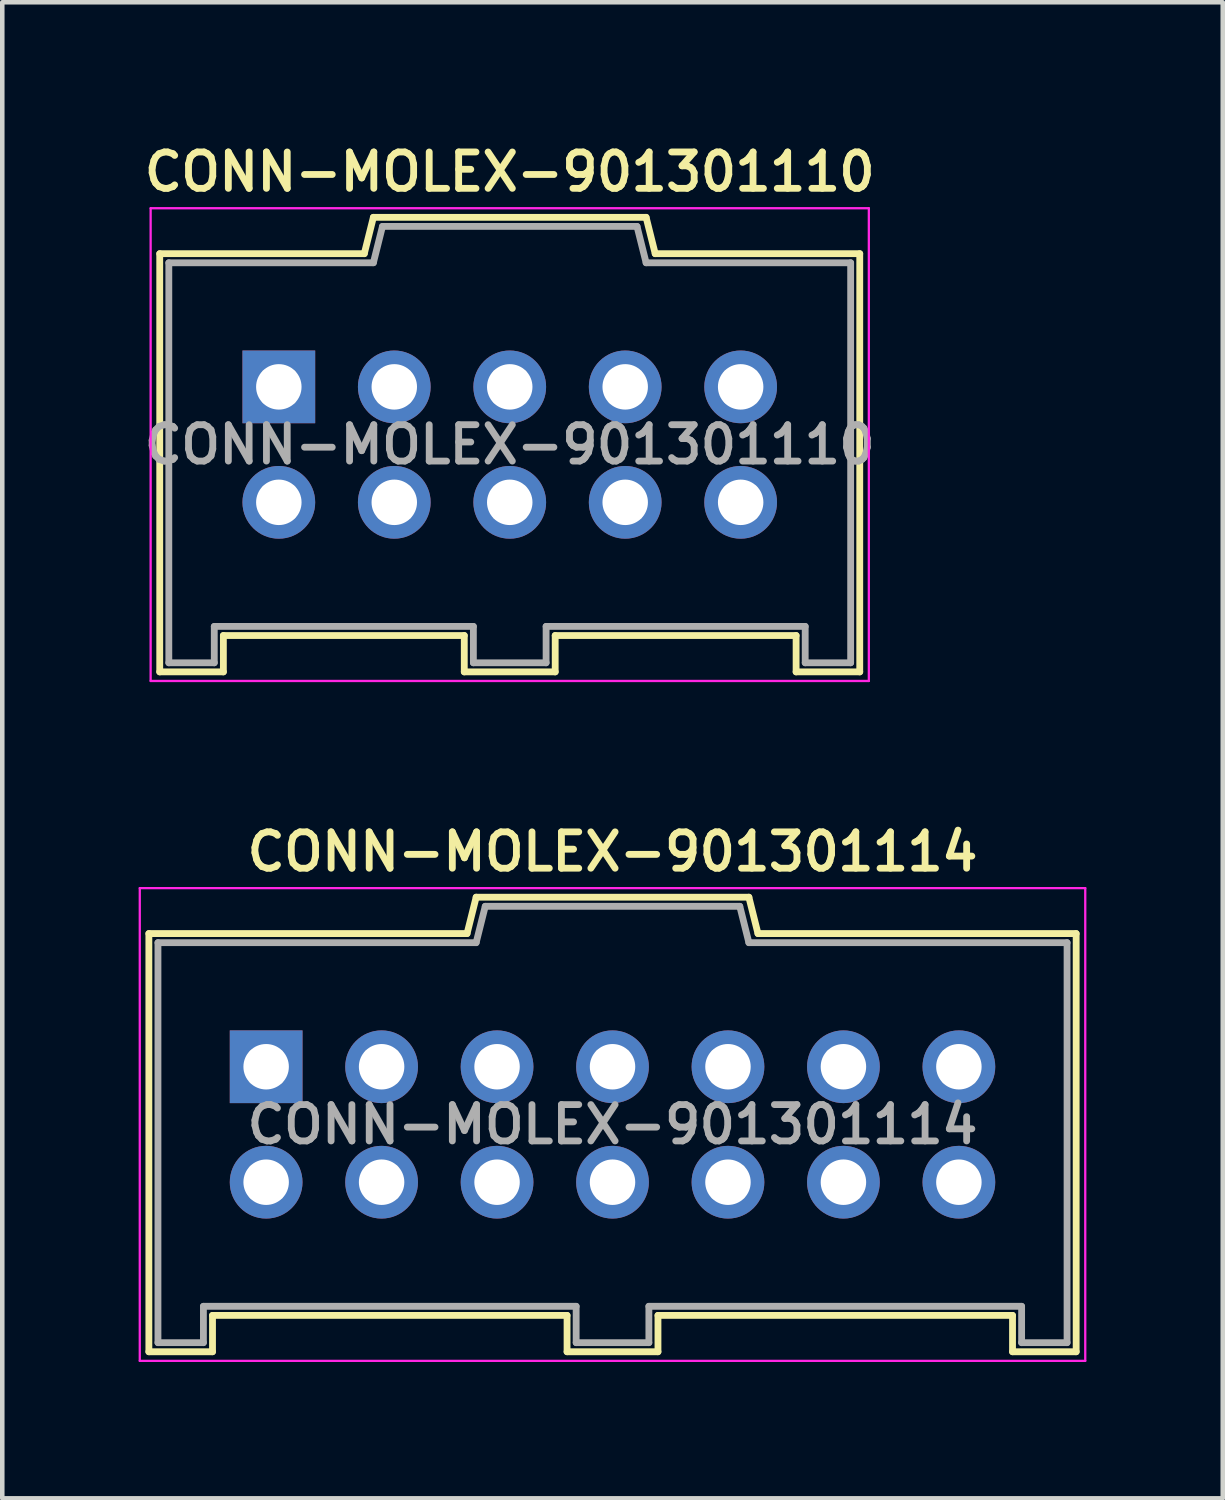
<source format=kicad_pcb>
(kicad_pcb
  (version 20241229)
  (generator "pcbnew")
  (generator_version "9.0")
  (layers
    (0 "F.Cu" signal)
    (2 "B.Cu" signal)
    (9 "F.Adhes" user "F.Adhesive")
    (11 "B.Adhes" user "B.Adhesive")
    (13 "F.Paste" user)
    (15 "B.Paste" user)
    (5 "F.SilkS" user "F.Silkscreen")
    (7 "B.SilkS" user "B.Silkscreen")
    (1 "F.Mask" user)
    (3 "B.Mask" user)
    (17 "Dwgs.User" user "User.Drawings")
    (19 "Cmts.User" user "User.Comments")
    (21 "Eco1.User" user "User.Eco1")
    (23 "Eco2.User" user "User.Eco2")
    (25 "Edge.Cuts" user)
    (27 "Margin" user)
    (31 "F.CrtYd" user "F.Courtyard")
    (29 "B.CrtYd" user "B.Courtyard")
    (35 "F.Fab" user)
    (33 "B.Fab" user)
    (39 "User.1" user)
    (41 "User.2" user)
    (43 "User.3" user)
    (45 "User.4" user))
  (footprint "CONN-MOLEX-901301110"
    (layer "F.Cu")
    (at 8.164 6.731)
    (property "Reference" "CONN-MOLEX-901301110" (at 0 -6 0) (layer "F.SilkS") (effects (font (size 0.8 0.8) (thickness 0.15))))
    (attr through_hole)
    (fp_line (start -7.7 -4.2) (end -7.7 5) (stroke (width 0.15) (type solid)) (layer "F.SilkS"))
    (fp_line (start -7.7 -4.2) (end -3.2 -4.2) (stroke (width 0.15) (type solid)) (layer "F.SilkS"))
    (fp_line (start -7.7 5) (end -6.3 5) (stroke (width 0.15) (type solid)) (layer "F.SilkS"))
    (fp_line (start -6.3 4.2) (end -1 4.2) (stroke (width 0.15) (type solid)) (layer "F.SilkS"))
    (fp_line (start -6.3 5) (end -6.3 4.2) (stroke (width 0.15) (type solid)) (layer "F.SilkS"))
    (fp_line (start -3 -5) (end -3.2 -4.2) (stroke (width 0.15) (type solid)) (layer "F.SilkS"))
    (fp_line (start -3 -5) (end 3 -5) (stroke (width 0.15) (type solid)) (layer "F.SilkS"))
    (fp_line (start -1 4.2) (end -1 5) (stroke (width 0.15) (type solid)) (layer "F.SilkS"))
    (fp_line (start -1 5) (end 1 5) (stroke (width 0.15) (type solid)) (layer "F.SilkS"))
    (fp_line (start 1 4.2) (end 6.3 4.2) (stroke (width 0.15) (type solid)) (layer "F.SilkS"))
    (fp_line (start 1 5) (end 1 4.2) (stroke (width 0.15) (type solid)) (layer "F.SilkS"))
    (fp_line (start 3.2 -4.2) (end 3 -5) (stroke (width 0.15) (type solid)) (layer "F.SilkS"))
    (fp_line (start 6.3 4.2) (end 6.3 5) (stroke (width 0.15) (type solid)) (layer "F.SilkS"))
    (fp_line (start 6.3 5) (end 7.7 5) (stroke (width 0.15) (type solid)) (layer "F.SilkS"))
    (fp_line (start 7.7 -4.2) (end 3.2 -4.2) (stroke (width 0.15) (type solid)) (layer "F.SilkS"))
    (fp_line (start 7.7 5) (end 7.7 -4.2) (stroke (width 0.15) (type solid)) (layer "F.SilkS"))
    (fp_line (start -7.9 -5.2) (end 7.9 -5.2) (stroke (width 0.05) (type solid)) (layer "F.CrtYd"))
    (fp_line (start -7.9 5.2) (end -7.9 -5.2) (stroke (width 0.05) (type solid)) (layer "F.CrtYd"))
    (fp_line (start 7.9 -5.2) (end 7.9 5.2) (stroke (width 0.05) (type solid)) (layer "F.CrtYd"))
    (fp_line (start 7.9 5.2) (end -7.9 5.2) (stroke (width 0.05) (type solid)) (layer "F.CrtYd"))
    (fp_line (start -7.5 -4) (end -3 -4) (stroke (width 0.15) (type solid)) (layer "F.Fab"))
    (fp_line (start -7.5 4.8) (end -7.5 -4) (stroke (width 0.15) (type solid)) (layer "F.Fab"))
    (fp_line (start -6.5 4) (end -6.5 4.8) (stroke (width 0.15) (type solid)) (layer "F.Fab"))
    (fp_line (start -6.5 4.8) (end -7.5 4.8) (stroke (width 0.15) (type solid)) (layer "F.Fab"))
    (fp_line (start -5.38 -1.57) (end -4.78 -1.57) (stroke (width 0.15) (type solid)) (layer "F.Fab"))
    (fp_line (start -5.38 -0.97) (end -5.38 -1.57) (stroke (width 0.15) (type solid)) (layer "F.Fab"))
    (fp_line (start -5.38 0.97) (end -4.78 0.97) (stroke (width 0.15) (type solid)) (layer "F.Fab"))
    (fp_line (start -5.38 1.57) (end -5.38 0.97) (stroke (width 0.15) (type solid)) (layer "F.Fab"))
    (fp_line (start -4.78 -1.57) (end -4.78 -0.97) (stroke (width 0.15) (type solid)) (layer "F.Fab"))
    (fp_line (start -4.78 -0.97) (end -5.38 -0.97) (stroke (width 0.15) (type solid)) (layer "F.Fab"))
    (fp_line (start -4.78 0.97) (end -4.78 1.57) (stroke (width 0.15) (type solid)) (layer "F.Fab"))
    (fp_line (start -4.78 1.57) (end -5.38 1.57) (stroke (width 0.15) (type solid)) (layer "F.Fab"))
    (fp_line (start -3 -4) (end -2.8 -4.8) (stroke (width 0.15) (type solid)) (layer "F.Fab"))
    (fp_line (start -2.84 -1.57) (end -2.24 -1.57) (stroke (width 0.15) (type solid)) (layer "F.Fab"))
    (fp_line (start -2.84 -0.97) (end -2.84 -1.57) (stroke (width 0.15) (type solid)) (layer "F.Fab"))
    (fp_line (start -2.84 0.97) (end -2.24 0.97) (stroke (width 0.15) (type solid)) (layer "F.Fab"))
    (fp_line (start -2.84 1.57) (end -2.84 0.97) (stroke (width 0.15) (type solid)) (layer "F.Fab"))
    (fp_line (start -2.8 -4.8) (end 2.8 -4.8) (stroke (width 0.15) (type solid)) (layer "F.Fab"))
    (fp_line (start -2.24 -1.57) (end -2.24 -0.97) (stroke (width 0.15) (type solid)) (layer "F.Fab"))
    (fp_line (start -2.24 -0.97) (end -2.84 -0.97) (stroke (width 0.15) (type solid)) (layer "F.Fab"))
    (fp_line (start -2.24 0.97) (end -2.24 1.57) (stroke (width 0.15) (type solid)) (layer "F.Fab"))
    (fp_line (start -2.24 1.57) (end -2.84 1.57) (stroke (width 0.15) (type solid)) (layer "F.Fab"))
    (fp_line (start -0.8 4) (end -6.5 4) (stroke (width 0.15) (type solid)) (layer "F.Fab"))
    (fp_line (start -0.8 4.8) (end -0.8 4) (stroke (width 0.15) (type solid)) (layer "F.Fab"))
    (fp_line (start -0.3 -1.57) (end 0.3 -1.57) (stroke (width 0.15) (type solid)) (layer "F.Fab"))
    (fp_line (start -0.3 -0.97) (end -0.3 -1.57) (stroke (width 0.15) (type solid)) (layer "F.Fab"))
    (fp_line (start -0.3 0.97) (end 0.3 0.97) (stroke (width 0.15) (type solid)) (layer "F.Fab"))
    (fp_line (start -0.3 1.57) (end -0.3 0.97) (stroke (width 0.15) (type solid)) (layer "F.Fab"))
    (fp_line (start 0.3 -1.57) (end 0.3 -0.97) (stroke (width 0.15) (type solid)) (layer "F.Fab"))
    (fp_line (start 0.3 -0.97) (end -0.3 -0.97) (stroke (width 0.15) (type solid)) (layer "F.Fab"))
    (fp_line (start 0.3 0.97) (end 0.3 1.57) (stroke (width 0.15) (type solid)) (layer "F.Fab"))
    (fp_line (start 0.3 1.57) (end -0.3 1.57) (stroke (width 0.15) (type solid)) (layer "F.Fab"))
    (fp_line (start 0.8 4) (end 0.8 4.8) (stroke (width 0.15) (type solid)) (layer "F.Fab"))
    (fp_line (start 0.8 4.8) (end -0.8 4.8) (stroke (width 0.15) (type solid)) (layer "F.Fab"))
    (fp_line (start 2.24 -1.57) (end 2.84 -1.57) (stroke (width 0.15) (type solid)) (layer "F.Fab"))
    (fp_line (start 2.24 -0.97) (end 2.24 -1.57) (stroke (width 0.15) (type solid)) (layer "F.Fab"))
    (fp_line (start 2.24 0.97) (end 2.84 0.97) (stroke (width 0.15) (type solid)) (layer "F.Fab"))
    (fp_line (start 2.24 1.57) (end 2.24 0.97) (stroke (width 0.15) (type solid)) (layer "F.Fab"))
    (fp_line (start 2.8 -4.8) (end 3 -4) (stroke (width 0.15) (type solid)) (layer "F.Fab"))
    (fp_line (start 2.84 -1.57) (end 2.84 -0.97) (stroke (width 0.15) (type solid)) (layer "F.Fab"))
    (fp_line (start 2.84 -0.97) (end 2.24 -0.97) (stroke (width 0.15) (type solid)) (layer "F.Fab"))
    (fp_line (start 2.84 0.97) (end 2.84 1.57) (stroke (width 0.15) (type solid)) (layer "F.Fab"))
    (fp_line (start 2.84 1.57) (end 2.24 1.57) (stroke (width 0.15) (type solid)) (layer "F.Fab"))
    (fp_line (start 3 -4) (end 7.5 -4) (stroke (width 0.15) (type solid)) (layer "F.Fab"))
    (fp_line (start 4.78 -1.57) (end 5.38 -1.57) (stroke (width 0.15) (type solid)) (layer "F.Fab"))
    (fp_line (start 4.78 -0.97) (end 4.78 -1.57) (stroke (width 0.15) (type solid)) (layer "F.Fab"))
    (fp_line (start 4.78 0.97) (end 5.38 0.97) (stroke (width 0.15) (type solid)) (layer "F.Fab"))
    (fp_line (start 4.78 1.57) (end 4.78 0.97) (stroke (width 0.15) (type solid)) (layer "F.Fab"))
    (fp_line (start 5.38 -1.57) (end 5.38 -0.97) (stroke (width 0.15) (type solid)) (layer "F.Fab"))
    (fp_line (start 5.38 -0.97) (end 4.78 -0.97) (stroke (width 0.15) (type solid)) (layer "F.Fab"))
    (fp_line (start 5.38 0.97) (end 5.38 1.57) (stroke (width 0.15) (type solid)) (layer "F.Fab"))
    (fp_line (start 5.38 1.57) (end 4.78 1.57) (stroke (width 0.15) (type solid)) (layer "F.Fab"))
    (fp_line (start 6.5 4) (end 0.8 4) (stroke (width 0.15) (type solid)) (layer "F.Fab"))
    (fp_line (start 6.5 4.8) (end 6.5 4) (stroke (width 0.15) (type solid)) (layer "F.Fab"))
    (fp_line (start 7.5 -4) (end 7.5 4.8) (stroke (width 0.15) (type solid)) (layer "F.Fab"))
    (fp_line (start 7.5 4.8) (end 6.5 4.8) (stroke (width 0.15) (type solid)) (layer "F.Fab"))
    (fp_text user "${REFERENCE}" (at 0 0 0) (layer "F.Fab") (effects (font (size 0.8 0.8) (thickness 0.15))))
    (pad "1" thru_hole rect (at -5.08 -1.27) (size 1.6 1.6) (drill 1) (layers "*.Cu" "*.Mask"))
    (pad "2" thru_hole circle (at -5.08 1.27) (size 1.6 1.6) (drill 1) (layers "*.Cu" "*.Mask"))
    (pad "3" thru_hole circle (at -2.54 -1.27) (size 1.6 1.6) (drill 1) (layers "*.Cu" "*.Mask"))
    (pad "4" thru_hole circle (at -2.54 1.27) (size 1.6 1.6) (drill 1) (layers "*.Cu" "*.Mask"))
    (pad "5" thru_hole circle (at 0 -1.27) (size 1.6 1.6) (drill 1) (layers "*.Cu" "*.Mask"))
    (pad "6" thru_hole circle (at 0 1.27) (size 1.6 1.6) (drill 1) (layers "*.Cu" "*.Mask"))
    (pad "7" thru_hole circle (at 2.54 -1.27) (size 1.6 1.6) (drill 1) (layers "*.Cu" "*.Mask"))
    (pad "8" thru_hole circle (at 2.54 1.27) (size 1.6 1.6) (drill 1) (layers "*.Cu" "*.Mask"))
    (pad "9" thru_hole circle (at 5.08 -1.27) (size 1.6 1.6) (drill 1) (layers "*.Cu" "*.Mask"))
    (pad "10" thru_hole circle (at 5.08 1.27) (size 1.6 1.6) (drill 1) (layers "*.Cu" "*.Mask")))
  (footprint "CONN-MOLEX-901301114"
    (layer "F.Cu")
    (at 10.425 21.688)
    (property "Reference" "CONN-MOLEX-901301114" (at 0 -6 0) (layer "F.SilkS") (effects (font (size 0.8 0.8) (thickness 0.15))))
    (attr through_hole)
    (fp_line (start -10.2 -4.2) (end -10.2 5) (stroke (width 0.15) (type solid)) (layer "F.SilkS"))
    (fp_line (start -10.2 -4.2) (end -3.2 -4.2) (stroke (width 0.15) (type solid)) (layer "F.SilkS"))
    (fp_line (start -10.2 5) (end -8.8 5) (stroke (width 0.15) (type solid)) (layer "F.SilkS"))
    (fp_line (start -8.8 4.2) (end -1 4.2) (stroke (width 0.15) (type solid)) (layer "F.SilkS"))
    (fp_line (start -8.8 5) (end -8.8 4.2) (stroke (width 0.15) (type solid)) (layer "F.SilkS"))
    (fp_line (start -3 -5) (end -3.2 -4.2) (stroke (width 0.15) (type solid)) (layer "F.SilkS"))
    (fp_line (start -3 -5) (end 3 -5) (stroke (width 0.15) (type solid)) (layer "F.SilkS"))
    (fp_line (start -1 4.2) (end -1 5) (stroke (width 0.15) (type solid)) (layer "F.SilkS"))
    (fp_line (start -1 5) (end 1 5) (stroke (width 0.15) (type solid)) (layer "F.SilkS"))
    (fp_line (start 1 4.2) (end 8.8 4.2) (stroke (width 0.15) (type solid)) (layer "F.SilkS"))
    (fp_line (start 1 5) (end 1 4.2) (stroke (width 0.15) (type solid)) (layer "F.SilkS"))
    (fp_line (start 3.2 -4.2) (end 3 -5) (stroke (width 0.15) (type solid)) (layer "F.SilkS"))
    (fp_line (start 8.8 4.2) (end 8.8 5) (stroke (width 0.15) (type solid)) (layer "F.SilkS"))
    (fp_line (start 8.8 5) (end 10.2 5) (stroke (width 0.15) (type solid)) (layer "F.SilkS"))
    (fp_line (start 10.2 -4.2) (end 3.2 -4.2) (stroke (width 0.15) (type solid)) (layer "F.SilkS"))
    (fp_line (start 10.2 5) (end 10.2 -4.2) (stroke (width 0.15) (type solid)) (layer "F.SilkS"))
    (fp_line (start -10.4 -5.2) (end 10.4 -5.2) (stroke (width 0.05) (type solid)) (layer "F.CrtYd"))
    (fp_line (start -10.4 5.2) (end -10.4 -5.2) (stroke (width 0.05) (type solid)) (layer "F.CrtYd"))
    (fp_line (start 10.4 -5.2) (end 10.4 5.2) (stroke (width 0.05) (type solid)) (layer "F.CrtYd"))
    (fp_line (start 10.4 5.2) (end -10.4 5.2) (stroke (width 0.05) (type solid)) (layer "F.CrtYd"))
    (fp_line (start -10 -4) (end -3 -4) (stroke (width 0.15) (type solid)) (layer "F.Fab"))
    (fp_line (start -10 4.8) (end -10 -4) (stroke (width 0.15) (type solid)) (layer "F.Fab"))
    (fp_line (start -9 4) (end -9 4.8) (stroke (width 0.15) (type solid)) (layer "F.Fab"))
    (fp_line (start -9 4.8) (end -10 4.8) (stroke (width 0.15) (type solid)) (layer "F.Fab"))
    (fp_line (start -7.92 -1.57) (end -7.32 -1.57) (stroke (width 0.15) (type solid)) (layer "F.Fab"))
    (fp_line (start -7.92 -0.97) (end -7.92 -1.57) (stroke (width 0.15) (type solid)) (layer "F.Fab"))
    (fp_line (start -7.92 0.97) (end -7.32 0.97) (stroke (width 0.15) (type solid)) (layer "F.Fab"))
    (fp_line (start -7.92 1.57) (end -7.92 0.97) (stroke (width 0.15) (type solid)) (layer "F.Fab"))
    (fp_line (start -7.32 -1.57) (end -7.32 -0.97) (stroke (width 0.15) (type solid)) (layer "F.Fab"))
    (fp_line (start -7.32 -0.97) (end -7.92 -0.97) (stroke (width 0.15) (type solid)) (layer "F.Fab"))
    (fp_line (start -7.32 0.97) (end -7.32 1.57) (stroke (width 0.15) (type solid)) (layer "F.Fab"))
    (fp_line (start -7.32 1.57) (end -7.92 1.57) (stroke (width 0.15) (type solid)) (layer "F.Fab"))
    (fp_line (start -5.38 -1.57) (end -4.78 -1.57) (stroke (width 0.15) (type solid)) (layer "F.Fab"))
    (fp_line (start -5.38 -0.97) (end -5.38 -1.57) (stroke (width 0.15) (type solid)) (layer "F.Fab"))
    (fp_line (start -5.38 0.97) (end -4.78 0.97) (stroke (width 0.15) (type solid)) (layer "F.Fab"))
    (fp_line (start -5.38 1.57) (end -5.38 0.97) (stroke (width 0.15) (type solid)) (layer "F.Fab"))
    (fp_line (start -4.78 -1.57) (end -4.78 -0.97) (stroke (width 0.15) (type solid)) (layer "F.Fab"))
    (fp_line (start -4.78 -0.97) (end -5.38 -0.97) (stroke (width 0.15) (type solid)) (layer "F.Fab"))
    (fp_line (start -4.78 0.97) (end -4.78 1.57) (stroke (width 0.15) (type solid)) (layer "F.Fab"))
    (fp_line (start -4.78 1.57) (end -5.38 1.57) (stroke (width 0.15) (type solid)) (layer "F.Fab"))
    (fp_line (start -3 -4) (end -2.8 -4.8) (stroke (width 0.15) (type solid)) (layer "F.Fab"))
    (fp_line (start -2.84 -1.57) (end -2.24 -1.57) (stroke (width 0.15) (type solid)) (layer "F.Fab"))
    (fp_line (start -2.84 -0.97) (end -2.84 -1.57) (stroke (width 0.15) (type solid)) (layer "F.Fab"))
    (fp_line (start -2.84 0.97) (end -2.24 0.97) (stroke (width 0.15) (type solid)) (layer "F.Fab"))
    (fp_line (start -2.84 1.57) (end -2.84 0.97) (stroke (width 0.15) (type solid)) (layer "F.Fab"))
    (fp_line (start -2.8 -4.8) (end 2.8 -4.8) (stroke (width 0.15) (type solid)) (layer "F.Fab"))
    (fp_line (start -2.24 -1.57) (end -2.24 -0.97) (stroke (width 0.15) (type solid)) (layer "F.Fab"))
    (fp_line (start -2.24 -0.97) (end -2.84 -0.97) (stroke (width 0.15) (type solid)) (layer "F.Fab"))
    (fp_line (start -2.24 0.97) (end -2.24 1.57) (stroke (width 0.15) (type solid)) (layer "F.Fab"))
    (fp_line (start -2.24 1.57) (end -2.84 1.57) (stroke (width 0.15) (type solid)) (layer "F.Fab"))
    (fp_line (start -0.8 4) (end -9 4) (stroke (width 0.15) (type solid)) (layer "F.Fab"))
    (fp_line (start -0.8 4.8) (end -0.8 4) (stroke (width 0.15) (type solid)) (layer "F.Fab"))
    (fp_line (start -0.3 -1.57) (end 0.3 -1.57) (stroke (width 0.15) (type solid)) (layer "F.Fab"))
    (fp_line (start -0.3 -0.97) (end -0.3 -1.57) (stroke (width 0.15) (type solid)) (layer "F.Fab"))
    (fp_line (start -0.3 0.97) (end 0.3 0.97) (stroke (width 0.15) (type solid)) (layer "F.Fab"))
    (fp_line (start -0.3 1.57) (end -0.3 0.97) (stroke (width 0.15) (type solid)) (layer "F.Fab"))
    (fp_line (start 0.3 -1.57) (end 0.3 -0.97) (stroke (width 0.15) (type solid)) (layer "F.Fab"))
    (fp_line (start 0.3 -0.97) (end -0.3 -0.97) (stroke (width 0.15) (type solid)) (layer "F.Fab"))
    (fp_line (start 0.3 0.97) (end 0.3 1.57) (stroke (width 0.15) (type solid)) (layer "F.Fab"))
    (fp_line (start 0.3 1.57) (end -0.3 1.57) (stroke (width 0.15) (type solid)) (layer "F.Fab"))
    (fp_line (start 0.8 4) (end 0.8 4.8) (stroke (width 0.15) (type solid)) (layer "F.Fab"))
    (fp_line (start 0.8 4.8) (end -0.8 4.8) (stroke (width 0.15) (type solid)) (layer "F.Fab"))
    (fp_line (start 2.24 -1.57) (end 2.84 -1.57) (stroke (width 0.15) (type solid)) (layer "F.Fab"))
    (fp_line (start 2.24 -0.97) (end 2.24 -1.57) (stroke (width 0.15) (type solid)) (layer "F.Fab"))
    (fp_line (start 2.24 0.97) (end 2.84 0.97) (stroke (width 0.15) (type solid)) (layer "F.Fab"))
    (fp_line (start 2.24 1.57) (end 2.24 0.97) (stroke (width 0.15) (type solid)) (layer "F.Fab"))
    (fp_line (start 2.8 -4.8) (end 3 -4) (stroke (width 0.15) (type solid)) (layer "F.Fab"))
    (fp_line (start 2.84 -1.57) (end 2.84 -0.97) (stroke (width 0.15) (type solid)) (layer "F.Fab"))
    (fp_line (start 2.84 -0.97) (end 2.24 -0.97) (stroke (width 0.15) (type solid)) (layer "F.Fab"))
    (fp_line (start 2.84 0.97) (end 2.84 1.57) (stroke (width 0.15) (type solid)) (layer "F.Fab"))
    (fp_line (start 2.84 1.57) (end 2.24 1.57) (stroke (width 0.15) (type solid)) (layer "F.Fab"))
    (fp_line (start 3 -4) (end 10 -4) (stroke (width 0.15) (type solid)) (layer "F.Fab"))
    (fp_line (start 4.78 -1.57) (end 5.38 -1.57) (stroke (width 0.15) (type solid)) (layer "F.Fab"))
    (fp_line (start 4.78 -0.97) (end 4.78 -1.57) (stroke (width 0.15) (type solid)) (layer "F.Fab"))
    (fp_line (start 4.78 0.97) (end 5.38 0.97) (stroke (width 0.15) (type solid)) (layer "F.Fab"))
    (fp_line (start 4.78 1.57) (end 4.78 0.97) (stroke (width 0.15) (type solid)) (layer "F.Fab"))
    (fp_line (start 5.38 -1.57) (end 5.38 -0.97) (stroke (width 0.15) (type solid)) (layer "F.Fab"))
    (fp_line (start 5.38 -0.97) (end 4.78 -0.97) (stroke (width 0.15) (type solid)) (layer "F.Fab"))
    (fp_line (start 5.38 0.97) (end 5.38 1.57) (stroke (width 0.15) (type solid)) (layer "F.Fab"))
    (fp_line (start 5.38 1.57) (end 4.78 1.57) (stroke (width 0.15) (type solid)) (layer "F.Fab"))
    (fp_line (start 7.32 -1.57) (end 7.92 -1.57) (stroke (width 0.15) (type solid)) (layer "F.Fab"))
    (fp_line (start 7.32 -0.97) (end 7.32 -1.57) (stroke (width 0.15) (type solid)) (layer "F.Fab"))
    (fp_line (start 7.32 0.97) (end 7.92 0.97) (stroke (width 0.15) (type solid)) (layer "F.Fab"))
    (fp_line (start 7.32 1.57) (end 7.32 0.97) (stroke (width 0.15) (type solid)) (layer "F.Fab"))
    (fp_line (start 7.92 -1.57) (end 7.92 -0.97) (stroke (width 0.15) (type solid)) (layer "F.Fab"))
    (fp_line (start 7.92 -0.97) (end 7.32 -0.97) (stroke (width 0.15) (type solid)) (layer "F.Fab"))
    (fp_line (start 7.92 0.97) (end 7.92 1.57) (stroke (width 0.15) (type solid)) (layer "F.Fab"))
    (fp_line (start 7.92 1.57) (end 7.32 1.57) (stroke (width 0.15) (type solid)) (layer "F.Fab"))
    (fp_line (start 9 4) (end 0.8 4) (stroke (width 0.15) (type solid)) (layer "F.Fab"))
    (fp_line (start 9 4.8) (end 9 4) (stroke (width 0.15) (type solid)) (layer "F.Fab"))
    (fp_line (start 10 -4) (end 10 4.8) (stroke (width 0.15) (type solid)) (layer "F.Fab"))
    (fp_line (start 10 4.8) (end 9 4.8) (stroke (width 0.15) (type solid)) (layer "F.Fab"))
    (fp_text user "${REFERENCE}" (at 0 0 0) (layer "F.Fab") (effects (font (size 0.8 0.8) (thickness 0.15))))
    (pad "1" thru_hole rect (at -7.62 -1.27) (size 1.6 1.6) (drill 1) (layers "*.Cu" "*.Mask"))
    (pad "2" thru_hole circle (at -7.62 1.27) (size 1.6 1.6) (drill 1) (layers "*.Cu" "*.Mask"))
    (pad "3" thru_hole circle (at -5.08 -1.27) (size 1.6 1.6) (drill 1) (layers "*.Cu" "*.Mask"))
    (pad "4" thru_hole circle (at -5.08 1.27) (size 1.6 1.6) (drill 1) (layers "*.Cu" "*.Mask"))
    (pad "5" thru_hole circle (at -2.54 -1.27) (size 1.6 1.6) (drill 1) (layers "*.Cu" "*.Mask"))
    (pad "6" thru_hole circle (at -2.54 1.27) (size 1.6 1.6) (drill 1) (layers "*.Cu" "*.Mask"))
    (pad "7" thru_hole circle (at 0 -1.27) (size 1.6 1.6) (drill 1) (layers "*.Cu" "*.Mask"))
    (pad "8" thru_hole circle (at 0 1.27) (size 1.6 1.6) (drill 1) (layers "*.Cu" "*.Mask"))
    (pad "9" thru_hole circle (at 2.54 -1.27) (size 1.6 1.6) (drill 1) (layers "*.Cu" "*.Mask"))
    (pad "10" thru_hole circle (at 2.54 1.27) (size 1.6 1.6) (drill 1) (layers "*.Cu" "*.Mask"))
    (pad "11" thru_hole circle (at 5.08 -1.27) (size 1.6 1.6) (drill 1) (layers "*.Cu" "*.Mask"))
    (pad "12" thru_hole circle (at 5.08 1.27) (size 1.6 1.6) (drill 1) (layers "*.Cu" "*.Mask"))
    (pad "13" thru_hole circle (at 7.62 -1.27) (size 1.6 1.6) (drill 1) (layers "*.Cu" "*.Mask"))
    (pad "14" thru_hole circle (at 7.62 1.27) (size 1.6 1.6) (drill 1) (layers "*.Cu" "*.Mask")))
  (gr_rect
    (start -3 -3)
    (end 23.85 29.913)
    (stroke (width 0.1) (type default))
    (fill no)
    (layer "Edge.Cuts")))
</source>
